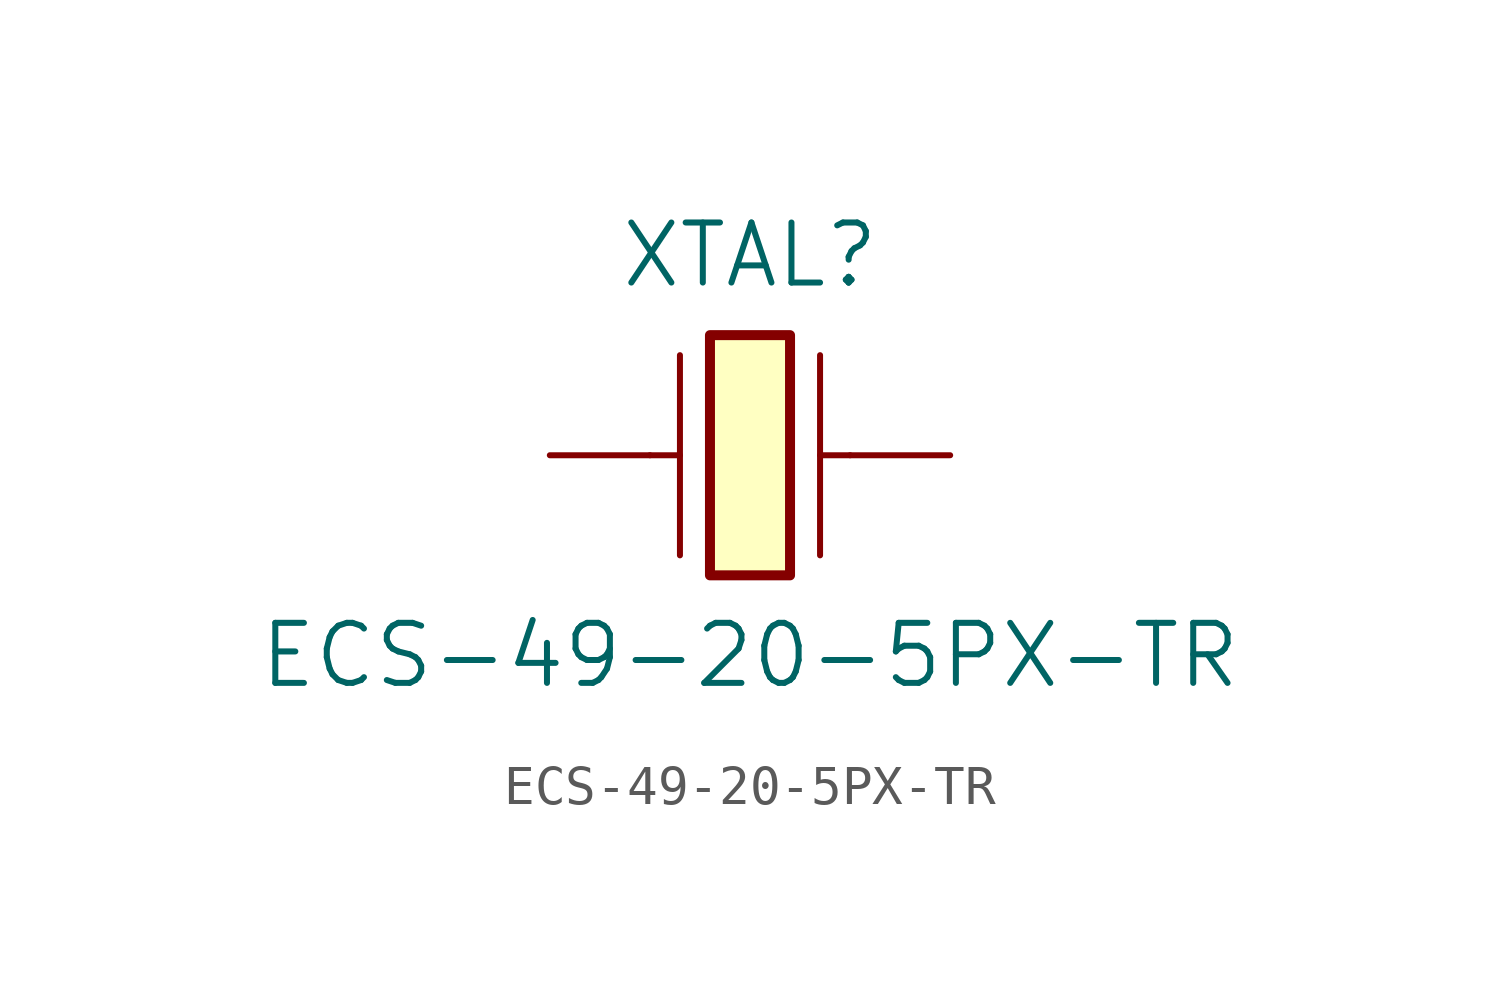
<source format=kicad_sym>
(kicad_symbol_lib
  (version 20241209)
  (generator "kicad_symbol_editor")
  (generator_version "9.0")
  (symbol "ECS-49-20-5PX-TR"
    (pin_numbers
      (hide yes))
    (pin_names
      (offset 0)
      (hide yes))
    (property "Reference" "XTAL"
      (at 0 5.08 0)
      (effects (font (size 1.524 1.524))))
    (property "Value" "ECS-49-20-5PX-TR"
      (at 0 -5.08 0)
      (effects (font (size 1.524 1.524))))
    (symbol "ECS-49-20-5PX-TR_1_1"
      (polyline (pts (xy -2.54 0) (xy -1.778 0)) (stroke (width 0) (type default)) (fill (type none)))
      (polyline (pts (xy -1.778 2.54) (xy -1.778 0) (xy -1.778 -2.54)) (stroke (width 0) (type default)) (fill (type none)))
      (rectangle (start -1.016 3.048) (end 1.016 -3.048) (stroke (width 0.254) (type default)) (fill (type background)))
      (polyline (pts (xy 1.778 2.54) (xy 1.778 0) (xy 1.778 -2.54)) (stroke (width 0) (type default)) (fill (type none)))
      (polyline (pts (xy 2.54 0) (xy 1.778 0)) (stroke (width 0) (type default)) (fill (type none)))
      (pin input line (at -5.08 0 0) (length 2.54) (name "1" (effects (font (size 1.27 1.27)))) (number "1" (effects (font (size 1.27 1.27)))))
      (pin input line (at 5.08 0 180) (length 2.54) (name "2" (effects (font (size 1.27 1.27)))) (number "2" (effects (font (size 1.27 1.27))))))))
</source>
